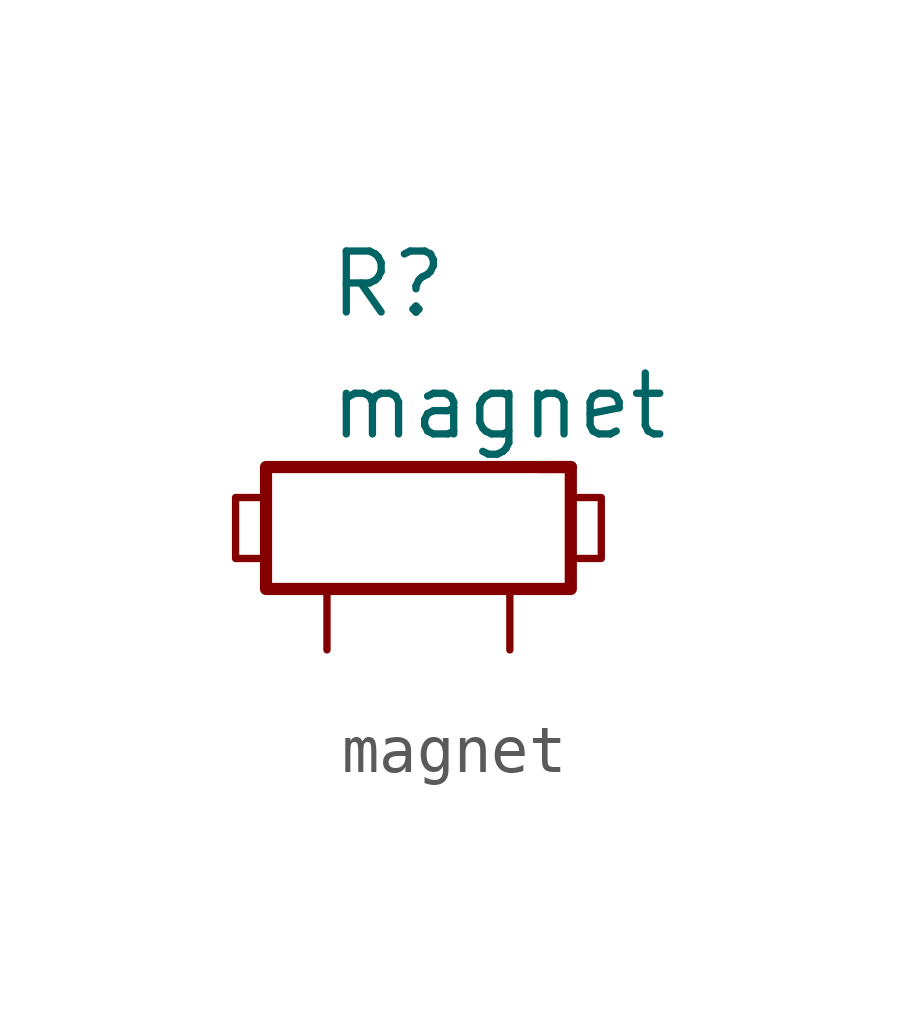
<source format=kicad_sym>
(kicad_symbol_lib
  (version 20231120)
  (generator "kicad_symbol_editor")
  (generator_version "8.0")
  (symbol "magnet"
    (pin_numbers hide)
    (pin_names
      (offset 0) hide)
    (property "Reference" "R"
      (at -2.54 5.08 0)
      (effects (font (size 1.27 1.27)) (justify left)))
    (property "Value" "magnet"
      (at -2.54 2.54 0)
      (effects (font (size 1.27 1.27)) (justify left)))
    (symbol "magnet_0_1"
      (rectangle (start -3.81 1.27) (end 2.54 -1.27) (stroke (width 0.254) (type default)) (fill (type none)))
      (polyline (pts (xy 1.905 1.27) (xy 2.54 1.27)) (stroke (width 0.254) (type default)) (fill (type none)))
      (polyline (pts (xy -3.81 0.635) (xy -4.445 0.635) (xy -4.445 -0.635) (xy -3.81 -0.635)) (stroke (width 0) (type default)) (fill (type none)))
      (polyline (pts (xy 2.54 0.635) (xy 3.175 0.635) (xy 3.175 -0.635) (xy 2.54 -0.635)) (stroke (width 0) (type default)) (fill (type none))))
    (symbol "magnet_1_1"
      (pin passive line (at -2.54 -2.54 90) (length 1.27) (name "~" (effects (font (size 1.27 1.27)))) (number "1" (effects (font (size 1.27 1.27)))))
      (pin passive line (at 1.27 -2.54 90) (length 1.27) (name "~" (effects (font (size 1.27 1.27)))) (number "2" (effects (font (size 1.27 1.27))))))))
</source>
